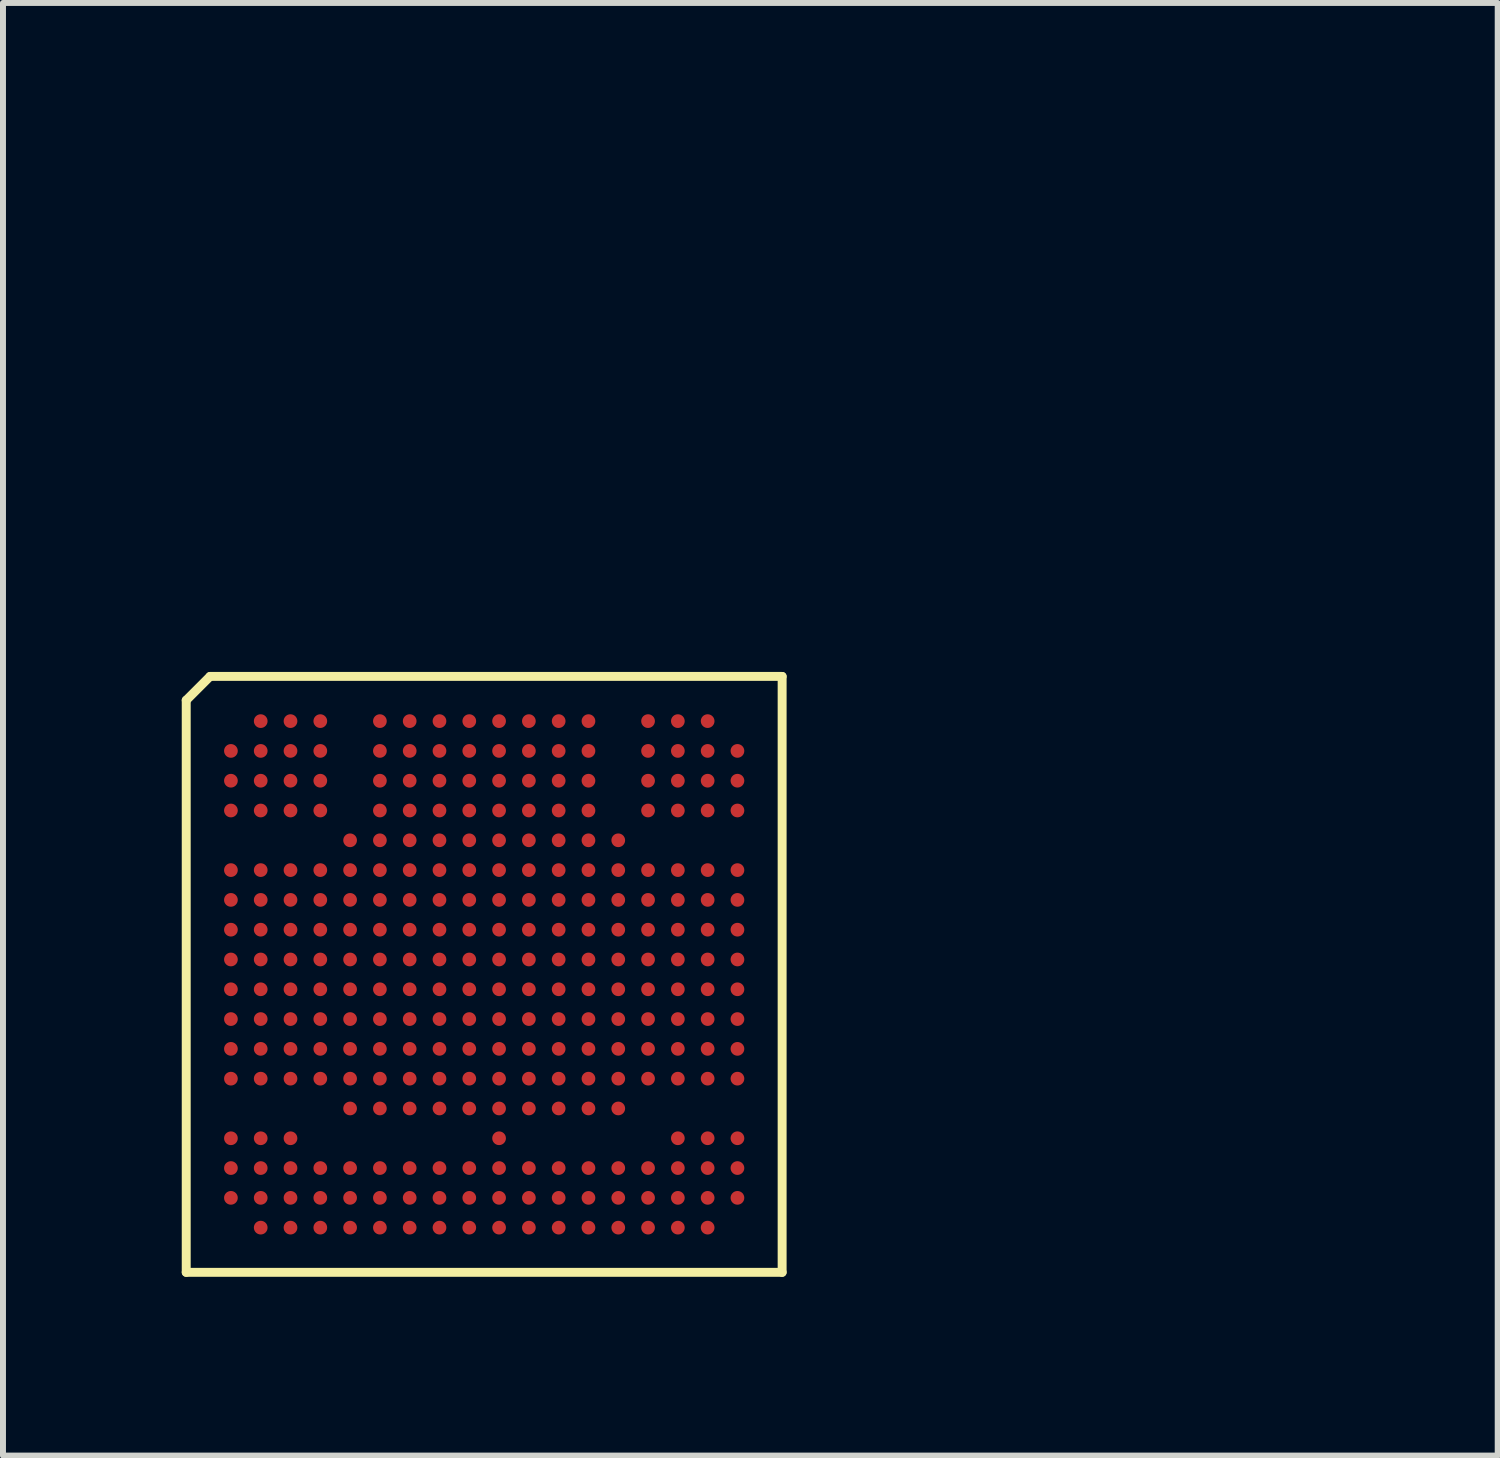
<source format=kicad_pcb>
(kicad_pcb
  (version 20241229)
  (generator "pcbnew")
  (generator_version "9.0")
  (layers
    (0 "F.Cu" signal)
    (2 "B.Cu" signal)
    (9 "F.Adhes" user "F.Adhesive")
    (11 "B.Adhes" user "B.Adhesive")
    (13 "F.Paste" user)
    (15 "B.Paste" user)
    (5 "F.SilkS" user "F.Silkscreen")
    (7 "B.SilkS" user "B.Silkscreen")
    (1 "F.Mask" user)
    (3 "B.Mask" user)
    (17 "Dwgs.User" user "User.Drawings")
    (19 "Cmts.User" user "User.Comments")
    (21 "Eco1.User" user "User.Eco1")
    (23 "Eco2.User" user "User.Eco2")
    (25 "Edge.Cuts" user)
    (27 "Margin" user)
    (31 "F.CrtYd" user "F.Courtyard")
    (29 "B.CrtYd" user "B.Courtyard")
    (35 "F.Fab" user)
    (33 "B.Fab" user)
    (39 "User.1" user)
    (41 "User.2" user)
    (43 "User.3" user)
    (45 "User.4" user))
  (footprint "csBGA285"
    (layer "F.Cu")
    (at 5.075 13.301)
    (property "Reference" "csBGA285" (at 0 -13.3 0) (layer "F.SilkS") (effects (font (size 0.001 0.001) (thickness 0.15))))
    (attr through_hole)
    (fp_line (start -5 5) (end -5 -4.6) (stroke (width 0.15) (type solid)) (layer "F.SilkS"))
    (fp_line (start -4.6 -5) (end -5 -4.6) (stroke (width 0.15) (type solid)) (layer "F.SilkS"))
    (fp_line (start -4.6 -5) (end 5 -5) (stroke (width 0.15) (type solid)) (layer "F.SilkS"))
    (fp_line (start 5 -5) (end 5 5) (stroke (width 0.15) (type solid)) (layer "F.SilkS"))
    (fp_line (start 5 5) (end -5 5) (stroke (width 0.15) (type solid)) (layer "F.SilkS"))
    (fp_text user "Square (0.12 x 0.33)" (at 14 -2.6 0) (layer "Cmts.User") (effects (font (size 0.001 0.001) (thickness 0.15))))
    (fp_text user "Circle (Dia 0.23)" (at 14 -0.6 0) (layer "Cmts.User") (effects (font (size 0.001 0.001) (thickness 0.15))))
    (pad "A2" smd circle (at -3.75 -4.25 90) (size 0.23 0.23) (layers "F.Cu" "F.Mask" "F.Paste"))
    (pad "A3" smd circle (at -3.25 -4.25 90) (size 0.23 0.23) (layers "F.Cu" "F.Mask" "F.Paste"))
    (pad "A4" smd circle (at -2.75 -4.25 90) (size 0.23 0.23) (layers "F.Cu" "F.Mask" "F.Paste"))
    (pad "A6" smd circle (at -1.75 -4.25 90) (size 0.23 0.23) (layers "F.Cu" "F.Mask" "F.Paste"))
    (pad "A7" smd circle (at -1.25 -4.25 90) (size 0.23 0.23) (layers "F.Cu" "F.Mask" "F.Paste"))
    (pad "A8" smd circle (at -0.75 -4.25 90) (size 0.23 0.23) (layers "F.Cu" "F.Mask" "F.Paste"))
    (pad "A9" smd circle (at -0.25 -4.25 90) (size 0.23 0.23) (layers "F.Cu" "F.Mask" "F.Paste"))
    (pad "A10" smd circle (at 0.25 -4.25 90) (size 0.23 0.23) (layers "F.Cu" "F.Mask" "F.Paste"))
    (pad "A11" smd circle (at 0.75 -4.25 90) (size 0.23 0.23) (layers "F.Cu" "F.Mask" "F.Paste"))
    (pad "A12" smd circle (at 1.25 -4.25 90) (size 0.23 0.23) (layers "F.Cu" "F.Mask" "F.Paste"))
    (pad "A13" smd circle (at 1.75 -4.25 90) (size 0.23 0.23) (layers "F.Cu" "F.Mask" "F.Paste"))
    (pad "A15" smd circle (at 2.75 -4.25 90) (size 0.23 0.23) (layers "F.Cu" "F.Mask" "F.Paste"))
    (pad "A16" smd circle (at 3.25 -4.25 90) (size 0.23 0.23) (layers "F.Cu" "F.Mask" "F.Paste"))
    (pad "A17" smd circle (at 3.75 -4.25 90) (size 0.23 0.23) (layers "F.Cu" "F.Mask" "F.Paste"))
    (pad "B1" smd circle (at -4.25 -3.75 90) (size 0.23 0.23) (layers "F.Cu" "F.Mask" "F.Paste"))
    (pad "B2" smd circle (at -3.75 -3.75 90) (size 0.23 0.23) (layers "F.Cu" "F.Mask" "F.Paste"))
    (pad "B3" smd circle (at -3.25 -3.75 90) (size 0.23 0.23) (layers "F.Cu" "F.Mask" "F.Paste"))
    (pad "B4" smd circle (at -2.75 -3.75 90) (size 0.23 0.23) (layers "F.Cu" "F.Mask" "F.Paste"))
    (pad "B6" smd circle (at -1.75 -3.75 90) (size 0.23 0.23) (layers "F.Cu" "F.Mask" "F.Paste"))
    (pad "B7" smd circle (at -1.25 -3.75 90) (size 0.23 0.23) (layers "F.Cu" "F.Mask" "F.Paste"))
    (pad "B8" smd circle (at -0.75 -3.75 90) (size 0.23 0.23) (layers "F.Cu" "F.Mask" "F.Paste"))
    (pad "B9" smd circle (at -0.25 -3.75 90) (size 0.23 0.23) (layers "F.Cu" "F.Mask" "F.Paste"))
    (pad "B10" smd circle (at 0.25 -3.75 90) (size 0.23 0.23) (layers "F.Cu" "F.Mask" "F.Paste"))
    (pad "B11" smd circle (at 0.75 -3.75 90) (size 0.23 0.23) (layers "F.Cu" "F.Mask" "F.Paste"))
    (pad "B12" smd circle (at 1.25 -3.75 90) (size 0.23 0.23) (layers "F.Cu" "F.Mask" "F.Paste"))
    (pad "B13" smd circle (at 1.75 -3.75 90) (size 0.23 0.23) (layers "F.Cu" "F.Mask" "F.Paste"))
    (pad "B15" smd circle (at 2.75 -3.75 90) (size 0.23 0.23) (layers "F.Cu" "F.Mask" "F.Paste"))
    (pad "B16" smd circle (at 3.25 -3.75 90) (size 0.23 0.23) (layers "F.Cu" "F.Mask" "F.Paste"))
    (pad "B17" smd circle (at 3.75 -3.75 90) (size 0.23 0.23) (layers "F.Cu" "F.Mask" "F.Paste"))
    (pad "B18" smd circle (at 4.25 -3.75 90) (size 0.23 0.23) (layers "F.Cu" "F.Mask" "F.Paste"))
    (pad "C1" smd circle (at -4.25 -3.25 90) (size 0.23 0.23) (layers "F.Cu" "F.Mask" "F.Paste"))
    (pad "C2" smd circle (at -3.75 -3.25 90) (size 0.23 0.23) (layers "F.Cu" "F.Mask" "F.Paste"))
    (pad "C3" smd circle (at -3.25 -3.25 90) (size 0.23 0.23) (layers "F.Cu" "F.Mask" "F.Paste"))
    (pad "C4" smd circle (at -2.75 -3.25 90) (size 0.23 0.23) (layers "F.Cu" "F.Mask" "F.Paste"))
    (pad "C6" smd circle (at -1.75 -3.25 90) (size 0.23 0.23) (layers "F.Cu" "F.Mask" "F.Paste"))
    (pad "C7" smd circle (at -1.25 -3.25 90) (size 0.23 0.23) (layers "F.Cu" "F.Mask" "F.Paste"))
    (pad "C8" smd circle (at -0.75 -3.25 90) (size 0.23 0.23) (layers "F.Cu" "F.Mask" "F.Paste"))
    (pad "C9" smd circle (at -0.25 -3.25 90) (size 0.23 0.23) (layers "F.Cu" "F.Mask" "F.Paste"))
    (pad "C10" smd circle (at 0.25 -3.25 90) (size 0.23 0.23) (layers "F.Cu" "F.Mask" "F.Paste"))
    (pad "C11" smd circle (at 0.75 -3.25 90) (size 0.23 0.23) (layers "F.Cu" "F.Mask" "F.Paste"))
    (pad "C12" smd circle (at 1.25 -3.25 90) (size 0.23 0.23) (layers "F.Cu" "F.Mask" "F.Paste"))
    (pad "C13" smd circle (at 1.75 -3.25 90) (size 0.23 0.23) (layers "F.Cu" "F.Mask" "F.Paste"))
    (pad "C15" smd circle (at 2.75 -3.25 90) (size 0.23 0.23) (layers "F.Cu" "F.Mask" "F.Paste"))
    (pad "C16" smd circle (at 3.25 -3.25 90) (size 0.23 0.23) (layers "F.Cu" "F.Mask" "F.Paste"))
    (pad "C17" smd circle (at 3.75 -3.25 90) (size 0.23 0.23) (layers "F.Cu" "F.Mask" "F.Paste"))
    (pad "C18" smd circle (at 4.25 -3.25 90) (size 0.23 0.23) (layers "F.Cu" "F.Mask" "F.Paste"))
    (pad "D1" smd circle (at -4.25 -2.75 90) (size 0.23 0.23) (layers "F.Cu" "F.Mask" "F.Paste"))
    (pad "D2" smd circle (at -3.75 -2.75 90) (size 0.23 0.23) (layers "F.Cu" "F.Mask" "F.Paste"))
    (pad "D3" smd circle (at -3.25 -2.75 90) (size 0.23 0.23) (layers "F.Cu" "F.Mask" "F.Paste"))
    (pad "D4" smd circle (at -2.75 -2.75 90) (size 0.23 0.23) (layers "F.Cu" "F.Mask" "F.Paste"))
    (pad "D6" smd circle (at -1.75 -2.75 90) (size 0.23 0.23) (layers "F.Cu" "F.Mask" "F.Paste"))
    (pad "D7" smd circle (at -1.25 -2.75 90) (size 0.23 0.23) (layers "F.Cu" "F.Mask" "F.Paste"))
    (pad "D8" smd circle (at -0.75 -2.75 90) (size 0.23 0.23) (layers "F.Cu" "F.Mask" "F.Paste"))
    (pad "D9" smd circle (at -0.25 -2.75 90) (size 0.23 0.23) (layers "F.Cu" "F.Mask" "F.Paste"))
    (pad "D10" smd circle (at 0.25 -2.75 90) (size 0.23 0.23) (layers "F.Cu" "F.Mask" "F.Paste"))
    (pad "D11" smd circle (at 0.75 -2.75 90) (size 0.23 0.23) (layers "F.Cu" "F.Mask" "F.Paste"))
    (pad "D12" smd circle (at 1.25 -2.75 90) (size 0.23 0.23) (layers "F.Cu" "F.Mask" "F.Paste"))
    (pad "D13" smd circle (at 1.75 -2.75 90) (size 0.23 0.23) (layers "F.Cu" "F.Mask" "F.Paste"))
    (pad "D15" smd circle (at 2.75 -2.75 90) (size 0.23 0.23) (layers "F.Cu" "F.Mask" "F.Paste"))
    (pad "D16" smd circle (at 3.25 -2.75 90) (size 0.23 0.23) (layers "F.Cu" "F.Mask" "F.Paste"))
    (pad "D17" smd circle (at 3.75 -2.75 90) (size 0.23 0.23) (layers "F.Cu" "F.Mask" "F.Paste"))
    (pad "D18" smd circle (at 4.25 -2.75 90) (size 0.23 0.23) (layers "F.Cu" "F.Mask" "F.Paste"))
    (pad "E5" smd circle (at -2.25 -2.25 90) (size 0.23 0.23) (layers "F.Cu" "F.Mask" "F.Paste"))
    (pad "E6" smd circle (at -1.75 -2.25 90) (size 0.23 0.23) (layers "F.Cu" "F.Mask" "F.Paste"))
    (pad "E7" smd circle (at -1.25 -2.25 90) (size 0.23 0.23) (layers "F.Cu" "F.Mask" "F.Paste"))
    (pad "E8" smd circle (at -0.75 -2.25 90) (size 0.23 0.23) (layers "F.Cu" "F.Mask" "F.Paste"))
    (pad "E9" smd circle (at -0.25 -2.25 90) (size 0.23 0.23) (layers "F.Cu" "F.Mask" "F.Paste"))
    (pad "E10" smd circle (at 0.25 -2.25 90) (size 0.23 0.23) (layers "F.Cu" "F.Mask" "F.Paste"))
    (pad "E11" smd circle (at 0.75 -2.25 90) (size 0.23 0.23) (layers "F.Cu" "F.Mask" "F.Paste"))
    (pad "E12" smd circle (at 1.25 -2.25 90) (size 0.23 0.23) (layers "F.Cu" "F.Mask" "F.Paste"))
    (pad "E13" smd circle (at 1.75 -2.25 90) (size 0.23 0.23) (layers "F.Cu" "F.Mask" "F.Paste"))
    (pad "E14" smd circle (at 2.25 -2.25 90) (size 0.23 0.23) (layers "F.Cu" "F.Mask" "F.Paste"))
    (pad "F1" smd circle (at -4.25 -1.75 90) (size 0.23 0.23) (layers "F.Cu" "F.Mask" "F.Paste"))
    (pad "F2" smd circle (at -3.75 -1.75 90) (size 0.23 0.23) (layers "F.Cu" "F.Mask" "F.Paste"))
    (pad "F3" smd circle (at -3.25 -1.75 90) (size 0.23 0.23) (layers "F.Cu" "F.Mask" "F.Paste"))
    (pad "F4" smd circle (at -2.75 -1.75 90) (size 0.23 0.23) (layers "F.Cu" "F.Mask" "F.Paste"))
    (pad "F5" smd circle (at -2.25 -1.75 90) (size 0.23 0.23) (layers "F.Cu" "F.Mask" "F.Paste"))
    (pad "F6" smd circle (at -1.75 -1.75 90) (size 0.23 0.23) (layers "F.Cu" "F.Mask" "F.Paste"))
    (pad "F7" smd circle (at -1.25 -1.75 90) (size 0.23 0.23) (layers "F.Cu" "F.Mask" "F.Paste"))
    (pad "F8" smd circle (at -0.75 -1.75 90) (size 0.23 0.23) (layers "F.Cu" "F.Mask" "F.Paste"))
    (pad "F9" smd circle (at -0.25 -1.75 90) (size 0.23 0.23) (layers "F.Cu" "F.Mask" "F.Paste"))
    (pad "F10" smd circle (at 0.25 -1.75 90) (size 0.23 0.23) (layers "F.Cu" "F.Mask" "F.Paste"))
    (pad "F11" smd circle (at 0.75 -1.75 90) (size 0.23 0.23) (layers "F.Cu" "F.Mask" "F.Paste"))
    (pad "F12" smd circle (at 1.25 -1.75 90) (size 0.23 0.23) (layers "F.Cu" "F.Mask" "F.Paste"))
    (pad "F13" smd circle (at 1.75 -1.75 90) (size 0.23 0.23) (layers "F.Cu" "F.Mask" "F.Paste"))
    (pad "F14" smd circle (at 2.25 -1.75 90) (size 0.23 0.23) (layers "F.Cu" "F.Mask" "F.Paste"))
    (pad "F15" smd circle (at 2.75 -1.75 90) (size 0.23 0.23) (layers "F.Cu" "F.Mask" "F.Paste"))
    (pad "F16" smd circle (at 3.25 -1.75 90) (size 0.23 0.23) (layers "F.Cu" "F.Mask" "F.Paste"))
    (pad "F17" smd circle (at 3.75 -1.75 90) (size 0.23 0.23) (layers "F.Cu" "F.Mask" "F.Paste"))
    (pad "F18" smd circle (at 4.25 -1.75 90) (size 0.23 0.23) (layers "F.Cu" "F.Mask" "F.Paste"))
    (pad "G1" smd circle (at -4.25 -1.25 90) (size 0.23 0.23) (layers "F.Cu" "F.Mask" "F.Paste"))
    (pad "G2" smd circle (at -3.75 -1.25 90) (size 0.23 0.23) (layers "F.Cu" "F.Mask" "F.Paste"))
    (pad "G3" smd circle (at -3.25 -1.25 90) (size 0.23 0.23) (layers "F.Cu" "F.Mask" "F.Paste"))
    (pad "G4" smd circle (at -2.75 -1.25 90) (size 0.23 0.23) (layers "F.Cu" "F.Mask" "F.Paste"))
    (pad "G5" smd circle (at -2.25 -1.25 90) (size 0.23 0.23) (layers "F.Cu" "F.Mask" "F.Paste"))
    (pad "G6" smd circle (at -1.75 -1.25 90) (size 0.23 0.23) (layers "F.Cu" "F.Mask" "F.Paste"))
    (pad "G7" smd circle (at -1.25 -1.25 90) (size 0.23 0.23) (layers "F.Cu" "F.Mask" "F.Paste"))
    (pad "G8" smd circle (at -0.75 -1.25 90) (size 0.23 0.23) (layers "F.Cu" "F.Mask" "F.Paste"))
    (pad "G9" smd circle (at -0.25 -1.25 90) (size 0.23 0.23) (layers "F.Cu" "F.Mask" "F.Paste"))
    (pad "G10" smd circle (at 0.25 -1.25 90) (size 0.23 0.23) (layers "F.Cu" "F.Mask" "F.Paste"))
    (pad "G11" smd circle (at 0.75 -1.25 90) (size 0.23 0.23) (layers "F.Cu" "F.Mask" "F.Paste"))
    (pad "G12" smd circle (at 1.25 -1.25 90) (size 0.23 0.23) (layers "F.Cu" "F.Mask" "F.Paste"))
    (pad "G13" smd circle (at 1.75 -1.25 90) (size 0.23 0.23) (layers "F.Cu" "F.Mask" "F.Paste"))
    (pad "G14" smd circle (at 2.25 -1.25 90) (size 0.23 0.23) (layers "F.Cu" "F.Mask" "F.Paste"))
    (pad "G15" smd circle (at 2.75 -1.25 90) (size 0.23 0.23) (layers "F.Cu" "F.Mask" "F.Paste"))
    (pad "G16" smd circle (at 3.25 -1.25 90) (size 0.23 0.23) (layers "F.Cu" "F.Mask" "F.Paste"))
    (pad "G17" smd circle (at 3.75 -1.25 90) (size 0.23 0.23) (layers "F.Cu" "F.Mask" "F.Paste"))
    (pad "G18" smd circle (at 4.25 -1.25 90) (size 0.23 0.23) (layers "F.Cu" "F.Mask" "F.Paste"))
    (pad "H1" smd circle (at -4.25 -0.75 90) (size 0.23 0.23) (layers "F.Cu" "F.Mask" "F.Paste"))
    (pad "H2" smd circle (at -3.75 -0.75 90) (size 0.23 0.23) (layers "F.Cu" "F.Mask" "F.Paste"))
    (pad "H3" smd circle (at -3.25 -0.75 90) (size 0.23 0.23) (layers "F.Cu" "F.Mask" "F.Paste"))
    (pad "H4" smd circle (at -2.75 -0.75 90) (size 0.23 0.23) (layers "F.Cu" "F.Mask" "F.Paste"))
    (pad "H5" smd circle (at -2.25 -0.75 90) (size 0.23 0.23) (layers "F.Cu" "F.Mask" "F.Paste"))
    (pad "H6" smd circle (at -1.75 -0.75 90) (size 0.23 0.23) (layers "F.Cu" "F.Mask" "F.Paste"))
    (pad "H7" smd circle (at -1.25 -0.75 90) (size 0.23 0.23) (layers "F.Cu" "F.Mask" "F.Paste"))
    (pad "H8" smd circle (at -0.75 -0.75 90) (size 0.23 0.23) (layers "F.Cu" "F.Mask" "F.Paste"))
    (pad "H9" smd circle (at -0.25 -0.75 90) (size 0.23 0.23) (layers "F.Cu" "F.Mask" "F.Paste"))
    (pad "H10" smd circle (at 0.25 -0.75 90) (size 0.23 0.23) (layers "F.Cu" "F.Mask" "F.Paste"))
    (pad "H11" smd circle (at 0.75 -0.75 90) (size 0.23 0.23) (layers "F.Cu" "F.Mask" "F.Paste"))
    (pad "H12" smd circle (at 1.25 -0.75 90) (size 0.23 0.23) (layers "F.Cu" "F.Mask" "F.Paste"))
    (pad "H13" smd circle (at 1.75 -0.75 90) (size 0.23 0.23) (layers "F.Cu" "F.Mask" "F.Paste"))
    (pad "H14" smd circle (at 2.25 -0.75 90) (size 0.23 0.23) (layers "F.Cu" "F.Mask" "F.Paste"))
    (pad "H15" smd circle (at 2.75 -0.75 90) (size 0.23 0.23) (layers "F.Cu" "F.Mask" "F.Paste"))
    (pad "H16" smd circle (at 3.25 -0.75 90) (size 0.23 0.23) (layers "F.Cu" "F.Mask" "F.Paste"))
    (pad "H17" smd circle (at 3.75 -0.75 90) (size 0.23 0.23) (layers "F.Cu" "F.Mask" "F.Paste"))
    (pad "H18" smd circle (at 4.25 -0.75 90) (size 0.23 0.23) (layers "F.Cu" "F.Mask" "F.Paste"))
    (pad "J1" smd circle (at -4.25 -0.25 90) (size 0.23 0.23) (layers "F.Cu" "F.Mask" "F.Paste"))
    (pad "J2" smd circle (at -3.75 -0.25 90) (size 0.23 0.23) (layers "F.Cu" "F.Mask" "F.Paste"))
    (pad "J3" smd circle (at -3.25 -0.25 90) (size 0.23 0.23) (layers "F.Cu" "F.Mask" "F.Paste"))
    (pad "J4" smd circle (at -2.75 -0.25 90) (size 0.23 0.23) (layers "F.Cu" "F.Mask" "F.Paste"))
    (pad "J5" smd circle (at -2.25 -0.25 90) (size 0.23 0.23) (layers "F.Cu" "F.Mask" "F.Paste"))
    (pad "J6" smd circle (at -1.75 -0.25 90) (size 0.23 0.23) (layers "F.Cu" "F.Mask" "F.Paste"))
    (pad "J7" smd circle (at -1.25 -0.25 90) (size 0.23 0.23) (layers "F.Cu" "F.Mask" "F.Paste"))
    (pad "J8" smd circle (at -0.75 -0.25 90) (size 0.23 0.23) (layers "F.Cu" "F.Mask" "F.Paste"))
    (pad "J9" smd circle (at -0.25 -0.25 90) (size 0.23 0.23) (layers "F.Cu" "F.Mask" "F.Paste"))
    (pad "J10" smd circle (at 0.25 -0.25 90) (size 0.23 0.23) (layers "F.Cu" "F.Mask" "F.Paste"))
    (pad "J11" smd circle (at 0.75 -0.25 90) (size 0.23 0.23) (layers "F.Cu" "F.Mask" "F.Paste"))
    (pad "J12" smd circle (at 1.25 -0.25 90) (size 0.23 0.23) (layers "F.Cu" "F.Mask" "F.Paste"))
    (pad "J13" smd circle (at 1.75 -0.25 90) (size 0.23 0.23) (layers "F.Cu" "F.Mask" "F.Paste"))
    (pad "J14" smd circle (at 2.25 -0.25 90) (size 0.23 0.23) (layers "F.Cu" "F.Mask" "F.Paste"))
    (pad "J15" smd circle (at 2.75 -0.25 90) (size 0.23 0.23) (layers "F.Cu" "F.Mask" "F.Paste"))
    (pad "J16" smd circle (at 3.25 -0.25 90) (size 0.23 0.23) (layers "F.Cu" "F.Mask" "F.Paste"))
    (pad "J17" smd circle (at 3.75 -0.25 90) (size 0.23 0.23) (layers "F.Cu" "F.Mask" "F.Paste"))
    (pad "J18" smd circle (at 4.25 -0.25 90) (size 0.23 0.23) (layers "F.Cu" "F.Mask" "F.Paste"))
    (pad "K1" smd circle (at -4.25 0.25 90) (size 0.23 0.23) (layers "F.Cu" "F.Mask" "F.Paste"))
    (pad "K2" smd circle (at -3.75 0.25 90) (size 0.23 0.23) (layers "F.Cu" "F.Mask" "F.Paste"))
    (pad "K3" smd circle (at -3.25 0.25 90) (size 0.23 0.23) (layers "F.Cu" "F.Mask" "F.Paste"))
    (pad "K4" smd circle (at -2.75 0.25 90) (size 0.23 0.23) (layers "F.Cu" "F.Mask" "F.Paste"))
    (pad "K5" smd circle (at -2.25 0.25 90) (size 0.23 0.23) (layers "F.Cu" "F.Mask" "F.Paste"))
    (pad "K6" smd circle (at -1.75 0.25 90) (size 0.23 0.23) (layers "F.Cu" "F.Mask" "F.Paste"))
    (pad "K7" smd circle (at -1.25 0.25 90) (size 0.23 0.23) (layers "F.Cu" "F.Mask" "F.Paste"))
    (pad "K8" smd circle (at -0.75 0.25 90) (size 0.23 0.23) (layers "F.Cu" "F.Mask" "F.Paste"))
    (pad "K9" smd circle (at -0.25 0.25 90) (size 0.23 0.23) (layers "F.Cu" "F.Mask" "F.Paste"))
    (pad "K10" smd circle (at 0.25 0.25 90) (size 0.23 0.23) (layers "F.Cu" "F.Mask" "F.Paste"))
    (pad "K11" smd circle (at 0.75 0.25 90) (size 0.23 0.23) (layers "F.Cu" "F.Mask" "F.Paste"))
    (pad "K12" smd circle (at 1.25 0.25 90) (size 0.23 0.23) (layers "F.Cu" "F.Mask" "F.Paste"))
    (pad "K13" smd circle (at 1.75 0.25 90) (size 0.23 0.23) (layers "F.Cu" "F.Mask" "F.Paste"))
    (pad "K14" smd circle (at 2.25 0.25 90) (size 0.23 0.23) (layers "F.Cu" "F.Mask" "F.Paste"))
    (pad "K15" smd circle (at 2.75 0.25 90) (size 0.23 0.23) (layers "F.Cu" "F.Mask" "F.Paste"))
    (pad "K16" smd circle (at 3.25 0.25 90) (size 0.23 0.23) (layers "F.Cu" "F.Mask" "F.Paste"))
    (pad "K17" smd circle (at 3.75 0.25 90) (size 0.23 0.23) (layers "F.Cu" "F.Mask" "F.Paste"))
    (pad "K18" smd circle (at 4.25 0.25 90) (size 0.23 0.23) (layers "F.Cu" "F.Mask" "F.Paste"))
    (pad "L1" smd circle (at -4.25 0.75 90) (size 0.23 0.23) (layers "F.Cu" "F.Mask" "F.Paste"))
    (pad "L2" smd circle (at -3.75 0.75 90) (size 0.23 0.23) (layers "F.Cu" "F.Mask" "F.Paste"))
    (pad "L3" smd circle (at -3.25 0.75 90) (size 0.23 0.23) (layers "F.Cu" "F.Mask" "F.Paste"))
    (pad "L4" smd circle (at -2.75 0.75 90) (size 0.23 0.23) (layers "F.Cu" "F.Mask" "F.Paste"))
    (pad "L5" smd circle (at -2.25 0.75 90) (size 0.23 0.23) (layers "F.Cu" "F.Mask" "F.Paste"))
    (pad "L6" smd circle (at -1.75 0.75 90) (size 0.23 0.23) (layers "F.Cu" "F.Mask" "F.Paste"))
    (pad "L7" smd circle (at -1.25 0.75 90) (size 0.23 0.23) (layers "F.Cu" "F.Mask" "F.Paste"))
    (pad "L8" smd circle (at -0.75 0.75 90) (size 0.23 0.23) (layers "F.Cu" "F.Mask" "F.Paste"))
    (pad "L9" smd circle (at -0.25 0.75 90) (size 0.23 0.23) (layers "F.Cu" "F.Mask" "F.Paste"))
    (pad "L10" smd circle (at 0.25 0.75 90) (size 0.23 0.23) (layers "F.Cu" "F.Mask" "F.Paste"))
    (pad "L11" smd circle (at 0.75 0.75 90) (size 0.23 0.23) (layers "F.Cu" "F.Mask" "F.Paste"))
    (pad "L12" smd circle (at 1.25 0.75 90) (size 0.23 0.23) (layers "F.Cu" "F.Mask" "F.Paste"))
    (pad "L13" smd circle (at 1.75 0.75 90) (size 0.23 0.23) (layers "F.Cu" "F.Mask" "F.Paste"))
    (pad "L14" smd circle (at 2.25 0.75 90) (size 0.23 0.23) (layers "F.Cu" "F.Mask" "F.Paste"))
    (pad "L15" smd circle (at 2.75 0.75 90) (size 0.23 0.23) (layers "F.Cu" "F.Mask" "F.Paste"))
    (pad "L16" smd circle (at 3.25 0.75 90) (size 0.23 0.23) (layers "F.Cu" "F.Mask" "F.Paste"))
    (pad "L17" smd circle (at 3.75 0.75 90) (size 0.23 0.23) (layers "F.Cu" "F.Mask" "F.Paste"))
    (pad "L18" smd circle (at 4.25 0.75 90) (size 0.23 0.23) (layers "F.Cu" "F.Mask" "F.Paste"))
    (pad "M1" smd circle (at -4.25 1.25 90) (size 0.23 0.23) (layers "F.Cu" "F.Mask" "F.Paste"))
    (pad "M2" smd circle (at -3.75 1.25 90) (size 0.23 0.23) (layers "F.Cu" "F.Mask" "F.Paste"))
    (pad "M3" smd circle (at -3.25 1.25 90) (size 0.23 0.23) (layers "F.Cu" "F.Mask" "F.Paste"))
    (pad "M4" smd circle (at -2.75 1.25 90) (size 0.23 0.23) (layers "F.Cu" "F.Mask" "F.Paste"))
    (pad "M5" smd circle (at -2.25 1.25 90) (size 0.23 0.23) (layers "F.Cu" "F.Mask" "F.Paste"))
    (pad "M6" smd circle (at -1.75 1.25 90) (size 0.23 0.23) (layers "F.Cu" "F.Mask" "F.Paste"))
    (pad "M7" smd circle (at -1.25 1.25 90) (size 0.23 0.23) (layers "F.Cu" "F.Mask" "F.Paste"))
    (pad "M8" smd circle (at -0.75 1.25 90) (size 0.23 0.23) (layers "F.Cu" "F.Mask" "F.Paste"))
    (pad "M9" smd circle (at -0.25 1.25 90) (size 0.23 0.23) (layers "F.Cu" "F.Mask" "F.Paste"))
    (pad "M10" smd circle (at 0.25 1.25 90) (size 0.23 0.23) (layers "F.Cu" "F.Mask" "F.Paste"))
    (pad "M11" smd circle (at 0.75 1.25 90) (size 0.23 0.23) (layers "F.Cu" "F.Mask" "F.Paste"))
    (pad "M12" smd circle (at 1.25 1.25 90) (size 0.23 0.23) (layers "F.Cu" "F.Mask" "F.Paste"))
    (pad "M13" smd circle (at 1.75 1.25 90) (size 0.23 0.23) (layers "F.Cu" "F.Mask" "F.Paste"))
    (pad "M14" smd circle (at 2.25 1.25 90) (size 0.23 0.23) (layers "F.Cu" "F.Mask" "F.Paste"))
    (pad "M15" smd circle (at 2.75 1.25 90) (size 0.23 0.23) (layers "F.Cu" "F.Mask" "F.Paste"))
    (pad "M16" smd circle (at 3.25 1.25 90) (size 0.23 0.23) (layers "F.Cu" "F.Mask" "F.Paste"))
    (pad "M17" smd circle (at 3.75 1.25 90) (size 0.23 0.23) (layers "F.Cu" "F.Mask" "F.Paste"))
    (pad "M18" smd circle (at 4.25 1.25 90) (size 0.23 0.23) (layers "F.Cu" "F.Mask" "F.Paste"))
    (pad "N1" smd circle (at -4.25 1.75 90) (size 0.23 0.23) (layers "F.Cu" "F.Mask" "F.Paste"))
    (pad "N2" smd circle (at -3.75 1.75 90) (size 0.23 0.23) (layers "F.Cu" "F.Mask" "F.Paste"))
    (pad "N3" smd circle (at -3.25 1.75 90) (size 0.23 0.23) (layers "F.Cu" "F.Mask" "F.Paste"))
    (pad "N4" smd circle (at -2.75 1.75 90) (size 0.23 0.23) (layers "F.Cu" "F.Mask" "F.Paste"))
    (pad "N5" smd circle (at -2.25 1.75 90) (size 0.23 0.23) (layers "F.Cu" "F.Mask" "F.Paste"))
    (pad "N6" smd circle (at -1.75 1.75 90) (size 0.23 0.23) (layers "F.Cu" "F.Mask" "F.Paste"))
    (pad "N7" smd circle (at -1.25 1.75 90) (size 0.23 0.23) (layers "F.Cu" "F.Mask" "F.Paste"))
    (pad "N8" smd circle (at -0.75 1.75 90) (size 0.23 0.23) (layers "F.Cu" "F.Mask" "F.Paste"))
    (pad "N9" smd circle (at -0.25 1.75 90) (size 0.23 0.23) (layers "F.Cu" "F.Mask" "F.Paste"))
    (pad "N10" smd circle (at 0.25 1.75 90) (size 0.23 0.23) (layers "F.Cu" "F.Mask" "F.Paste"))
    (pad "N11" smd circle (at 0.75 1.75 90) (size 0.23 0.23) (layers "F.Cu" "F.Mask" "F.Paste"))
    (pad "N12" smd circle (at 1.25 1.75 90) (size 0.23 0.23) (layers "F.Cu" "F.Mask" "F.Paste"))
    (pad "N13" smd circle (at 1.75 1.75 90) (size 0.23 0.23) (layers "F.Cu" "F.Mask" "F.Paste"))
    (pad "N14" smd circle (at 2.25 1.75 90) (size 0.23 0.23) (layers "F.Cu" "F.Mask" "F.Paste"))
    (pad "N15" smd circle (at 2.75 1.75 90) (size 0.23 0.23) (layers "F.Cu" "F.Mask" "F.Paste"))
    (pad "N16" smd circle (at 3.25 1.75 90) (size 0.23 0.23) (layers "F.Cu" "F.Mask" "F.Paste"))
    (pad "N17" smd circle (at 3.75 1.75 90) (size 0.23 0.23) (layers "F.Cu" "F.Mask" "F.Paste"))
    (pad "N18" smd circle (at 4.25 1.75 90) (size 0.23 0.23) (layers "F.Cu" "F.Mask" "F.Paste"))
    (pad "P5" smd circle (at -2.25 2.25 90) (size 0.23 0.23) (layers "F.Cu" "F.Mask" "F.Paste"))
    (pad "P6" smd circle (at -1.75 2.25 90) (size 0.23 0.23) (layers "F.Cu" "F.Mask" "F.Paste"))
    (pad "P7" smd circle (at -1.25 2.25 90) (size 0.23 0.23) (layers "F.Cu" "F.Mask" "F.Paste"))
    (pad "P8" smd circle (at -0.75 2.25 90) (size 0.23 0.23) (layers "F.Cu" "F.Mask" "F.Paste"))
    (pad "P9" smd circle (at -0.25 2.25 90) (size 0.23 0.23) (layers "F.Cu" "F.Mask" "F.Paste"))
    (pad "P10" smd circle (at 0.25 2.25 90) (size 0.23 0.23) (layers "F.Cu" "F.Mask" "F.Paste"))
    (pad "P11" smd circle (at 0.75 2.25 90) (size 0.23 0.23) (layers "F.Cu" "F.Mask" "F.Paste"))
    (pad "P12" smd circle (at 1.25 2.25 90) (size 0.23 0.23) (layers "F.Cu" "F.Mask" "F.Paste"))
    (pad "P13" smd circle (at 1.75 2.25 90) (size 0.23 0.23) (layers "F.Cu" "F.Mask" "F.Paste"))
    (pad "P14" smd circle (at 2.25 2.25 90) (size 0.23 0.23) (layers "F.Cu" "F.Mask" "F.Paste"))
    (pad "R1" smd circle (at -4.25 2.75 90) (size 0.23 0.23) (layers "F.Cu" "F.Mask" "F.Paste"))
    (pad "R2" smd circle (at -3.75 2.75 90) (size 0.23 0.23) (layers "F.Cu" "F.Mask" "F.Paste"))
    (pad "R3" smd circle (at -3.25 2.75 90) (size 0.23 0.23) (layers "F.Cu" "F.Mask" "F.Paste"))
    (pad "R10" smd circle (at 0.25 2.75 90) (size 0.23 0.23) (layers "F.Cu" "F.Mask" "F.Paste"))
    (pad "R16" smd circle (at 3.25 2.75 90) (size 0.23 0.23) (layers "F.Cu" "F.Mask" "F.Paste"))
    (pad "R17" smd circle (at 3.75 2.75 90) (size 0.23 0.23) (layers "F.Cu" "F.Mask" "F.Paste"))
    (pad "R18" smd circle (at 4.25 2.75 90) (size 0.23 0.23) (layers "F.Cu" "F.Mask" "F.Paste"))
    (pad "T1" smd circle (at -4.25 3.25 90) (size 0.23 0.23) (layers "F.Cu" "F.Mask" "F.Paste"))
    (pad "T2" smd circle (at -3.75 3.25 90) (size 0.23 0.23) (layers "F.Cu" "F.Mask" "F.Paste"))
    (pad "T3" smd circle (at -3.25 3.25 90) (size 0.23 0.23) (layers "F.Cu" "F.Mask" "F.Paste"))
    (pad "T4" smd circle (at -2.75 3.25 90) (size 0.23 0.23) (layers "F.Cu" "F.Mask" "F.Paste"))
    (pad "T5" smd circle (at -2.25 3.25 90) (size 0.23 0.23) (layers "F.Cu" "F.Mask" "F.Paste"))
    (pad "T6" smd circle (at -1.75 3.25 90) (size 0.23 0.23) (layers "F.Cu" "F.Mask" "F.Paste"))
    (pad "T7" smd circle (at -1.25 3.25 90) (size 0.23 0.23) (layers "F.Cu" "F.Mask" "F.Paste"))
    (pad "T8" smd circle (at -0.75 3.25 90) (size 0.23 0.23) (layers "F.Cu" "F.Mask" "F.Paste"))
    (pad "T9" smd circle (at -0.25 3.25 90) (size 0.23 0.23) (layers "F.Cu" "F.Mask" "F.Paste"))
    (pad "T10" smd circle (at 0.25 3.25 90) (size 0.23 0.23) (layers "F.Cu" "F.Mask" "F.Paste"))
    (pad "T11" smd circle (at 0.75 3.25 90) (size 0.23 0.23) (layers "F.Cu" "F.Mask" "F.Paste"))
    (pad "T12" smd circle (at 1.25 3.25 90) (size 0.23 0.23) (layers "F.Cu" "F.Mask" "F.Paste"))
    (pad "T13" smd circle (at 1.75 3.25 90) (size 0.23 0.23) (layers "F.Cu" "F.Mask" "F.Paste"))
    (pad "T14" smd circle (at 2.25 3.25 90) (size 0.23 0.23) (layers "F.Cu" "F.Mask" "F.Paste"))
    (pad "T15" smd circle (at 2.75 3.25 90) (size 0.23 0.23) (layers "F.Cu" "F.Mask" "F.Paste"))
    (pad "T16" smd circle (at 3.25 3.25 90) (size 0.23 0.23) (layers "F.Cu" "F.Mask" "F.Paste"))
    (pad "T17" smd circle (at 3.75 3.25 90) (size 0.23 0.23) (layers "F.Cu" "F.Mask" "F.Paste"))
    (pad "T18" smd circle (at 4.25 3.25 90) (size 0.23 0.23) (layers "F.Cu" "F.Mask" "F.Paste"))
    (pad "U1" smd circle (at -4.25 3.75 90) (size 0.23 0.23) (layers "F.Cu" "F.Mask" "F.Paste"))
    (pad "U2" smd circle (at -3.75 3.75 90) (size 0.23 0.23) (layers "F.Cu" "F.Mask" "F.Paste"))
    (pad "U3" smd circle (at -3.25 3.75 90) (size 0.23 0.23) (layers "F.Cu" "F.Mask" "F.Paste"))
    (pad "U4" smd circle (at -2.75 3.75 90) (size 0.23 0.23) (layers "F.Cu" "F.Mask" "F.Paste"))
    (pad "U5" smd circle (at -2.25 3.75 90) (size 0.23 0.23) (layers "F.Cu" "F.Mask" "F.Paste"))
    (pad "U6" smd circle (at -1.75 3.75 90) (size 0.23 0.23) (layers "F.Cu" "F.Mask" "F.Paste"))
    (pad "U7" smd circle (at -1.25 3.75 90) (size 0.23 0.23) (layers "F.Cu" "F.Mask" "F.Paste"))
    (pad "U8" smd circle (at -0.75 3.75 90) (size 0.23 0.23) (layers "F.Cu" "F.Mask" "F.Paste"))
    (pad "U9" smd circle (at -0.25 3.75 90) (size 0.23 0.23) (layers "F.Cu" "F.Mask" "F.Paste"))
    (pad "U10" smd circle (at 0.25 3.75 90) (size 0.23 0.23) (layers "F.Cu" "F.Mask" "F.Paste"))
    (pad "U11" smd circle (at 0.75 3.75 90) (size 0.23 0.23) (layers "F.Cu" "F.Mask" "F.Paste"))
    (pad "U12" smd circle (at 1.25 3.75 90) (size 0.23 0.23) (layers "F.Cu" "F.Mask" "F.Paste"))
    (pad "U13" smd circle (at 1.75 3.75 90) (size 0.23 0.23) (layers "F.Cu" "F.Mask" "F.Paste"))
    (pad "U14" smd circle (at 2.25 3.75 90) (size 0.23 0.23) (layers "F.Cu" "F.Mask" "F.Paste"))
    (pad "U15" smd circle (at 2.75 3.75 90) (size 0.23 0.23) (layers "F.Cu" "F.Mask" "F.Paste"))
    (pad "U16" smd circle (at 3.25 3.75 90) (size 0.23 0.23) (layers "F.Cu" "F.Mask" "F.Paste"))
    (pad "U17" smd circle (at 3.75 3.75 90) (size 0.23 0.23) (layers "F.Cu" "F.Mask" "F.Paste"))
    (pad "U18" smd circle (at 4.25 3.75 90) (size 0.23 0.23) (layers "F.Cu" "F.Mask" "F.Paste"))
    (pad "V2" smd circle (at -3.75 4.25 90) (size 0.23 0.23) (layers "F.Cu" "F.Mask" "F.Paste"))
    (pad "V3" smd circle (at -3.25 4.25 90) (size 0.23 0.23) (layers "F.Cu" "F.Mask" "F.Paste"))
    (pad "V4" smd circle (at -2.75 4.25 90) (size 0.23 0.23) (layers "F.Cu" "F.Mask" "F.Paste"))
    (pad "V5" smd circle (at -2.25 4.25 90) (size 0.23 0.23) (layers "F.Cu" "F.Mask" "F.Paste"))
    (pad "V6" smd circle (at -1.75 4.25 90) (size 0.23 0.23) (layers "F.Cu" "F.Mask" "F.Paste"))
    (pad "V7" smd circle (at -1.25 4.25 90) (size 0.23 0.23) (layers "F.Cu" "F.Mask" "F.Paste"))
    (pad "V8" smd circle (at -0.75 4.25 90) (size 0.23 0.23) (layers "F.Cu" "F.Mask" "F.Paste"))
    (pad "V9" smd circle (at -0.25 4.25 90) (size 0.23 0.23) (layers "F.Cu" "F.Mask" "F.Paste"))
    (pad "V10" smd circle (at 0.25 4.25 90) (size 0.23 0.23) (layers "F.Cu" "F.Mask" "F.Paste"))
    (pad "V11" smd circle (at 0.75 4.25 90) (size 0.23 0.23) (layers "F.Cu" "F.Mask" "F.Paste"))
    (pad "V12" smd circle (at 1.25 4.25 90) (size 0.23 0.23) (layers "F.Cu" "F.Mask" "F.Paste"))
    (pad "V13" smd circle (at 1.75 4.25 90) (size 0.23 0.23) (layers "F.Cu" "F.Mask" "F.Paste"))
    (pad "V14" smd circle (at 2.25 4.25 90) (size 0.23 0.23) (layers "F.Cu" "F.Mask" "F.Paste"))
    (pad "V15" smd circle (at 2.75 4.25 90) (size 0.23 0.23) (layers "F.Cu" "F.Mask" "F.Paste"))
    (pad "V16" smd circle (at 3.25 4.25 90) (size 0.23 0.23) (layers "F.Cu" "F.Mask" "F.Paste"))
    (pad "V17" smd circle (at 3.75 4.25 90) (size 0.23 0.23) (layers "F.Cu" "F.Mask" "F.Paste")))
  (gr_rect
    (start -3 -3)
    (end 22.083 21.376)
    (stroke (width 0.1) (type default))
    (fill no)
    (layer "Edge.Cuts")))
</source>
